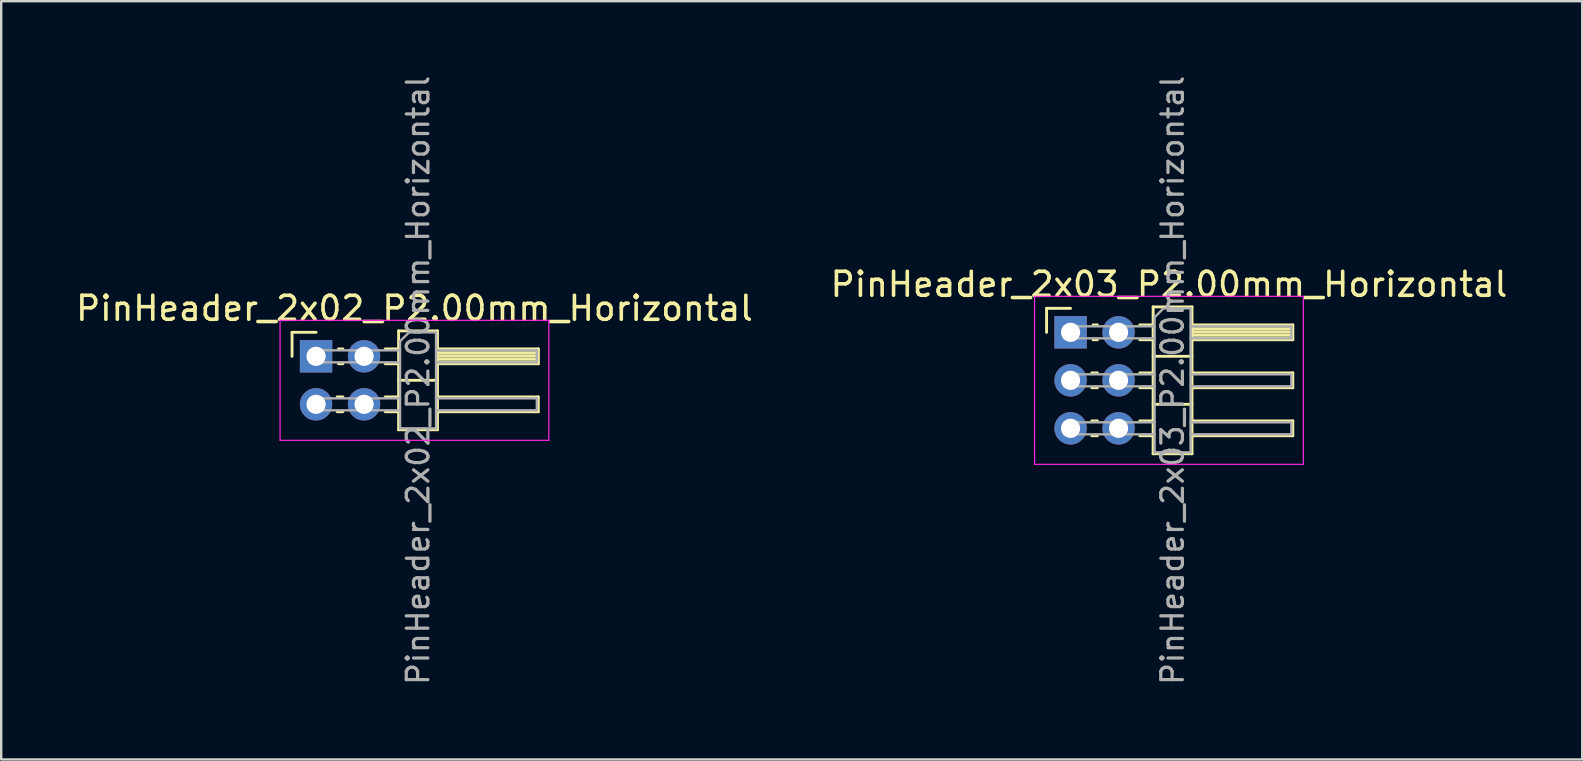
<source format=kicad_pcb>
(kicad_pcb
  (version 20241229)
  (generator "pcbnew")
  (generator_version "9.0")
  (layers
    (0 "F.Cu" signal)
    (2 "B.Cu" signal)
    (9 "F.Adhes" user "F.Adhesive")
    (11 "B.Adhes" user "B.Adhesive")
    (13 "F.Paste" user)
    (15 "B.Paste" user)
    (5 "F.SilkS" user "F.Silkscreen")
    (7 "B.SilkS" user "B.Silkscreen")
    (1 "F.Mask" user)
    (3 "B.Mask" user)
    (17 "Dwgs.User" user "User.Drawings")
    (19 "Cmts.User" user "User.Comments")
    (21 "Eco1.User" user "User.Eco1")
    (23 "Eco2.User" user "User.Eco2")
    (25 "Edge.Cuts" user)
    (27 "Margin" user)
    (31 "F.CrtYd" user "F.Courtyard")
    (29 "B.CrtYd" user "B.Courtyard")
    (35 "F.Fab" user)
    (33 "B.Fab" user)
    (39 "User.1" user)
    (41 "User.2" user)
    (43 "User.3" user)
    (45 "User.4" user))
  (footprint "PinHeader_2x03_P2.00mm_Horizontal"
    (layer "F.Cu")
    (at 41.561 10.798)
    (property "Reference" "PinHeader_2x03_P2.00mm_Horizontal" (at 4.1 -2 0) (layer "F.SilkS") (effects (font (size 1 1) (thickness 0.15))))
    (attr through_hole)
    (fp_line (start -1 -1) (end 0 -1) (stroke (width 0.12) (type solid)) (layer "F.SilkS"))
    (fp_line (start -1 0) (end -1 -1) (stroke (width 0.12) (type solid)) (layer "F.SilkS"))
    (fp_line (start 0.882 1.69) (end 1.118 1.69) (stroke (width 0.12) (type solid)) (layer "F.SilkS"))
    (fp_line (start 0.882 2.31) (end 1.118 2.31) (stroke (width 0.12) (type solid)) (layer "F.SilkS"))
    (fp_line (start 0.882 3.69) (end 1.118 3.69) (stroke (width 0.12) (type solid)) (layer "F.SilkS"))
    (fp_line (start 0.882 4.31) (end 1.118 4.31) (stroke (width 0.12) (type solid)) (layer "F.SilkS"))
    (fp_line (start 0.935 -0.31) (end 1.118 -0.31) (stroke (width 0.12) (type solid)) (layer "F.SilkS"))
    (fp_line (start 0.935 0.31) (end 1.118 0.31) (stroke (width 0.12) (type solid)) (layer "F.SilkS"))
    (fp_line (start 2.882 -0.31) (end 3.44 -0.31) (stroke (width 0.12) (type solid)) (layer "F.SilkS"))
    (fp_line (start 2.882 0.31) (end 3.44 0.31) (stroke (width 0.12) (type solid)) (layer "F.SilkS"))
    (fp_line (start 2.882 1.69) (end 3.44 1.69) (stroke (width 0.12) (type solid)) (layer "F.SilkS"))
    (fp_line (start 2.882 2.31) (end 3.44 2.31) (stroke (width 0.12) (type solid)) (layer "F.SilkS"))
    (fp_line (start 2.882 3.69) (end 3.44 3.69) (stroke (width 0.12) (type solid)) (layer "F.SilkS"))
    (fp_line (start 2.882 4.31) (end 3.44 4.31) (stroke (width 0.12) (type solid)) (layer "F.SilkS"))
    (fp_line (start 3.44 -1.06) (end 3.44 5.06) (stroke (width 0.12) (type solid)) (layer "F.SilkS"))
    (fp_line (start 3.44 1) (end 5.06 1) (stroke (width 0.12) (type solid)) (layer "F.SilkS"))
    (fp_line (start 3.44 3) (end 5.06 3) (stroke (width 0.12) (type solid)) (layer "F.SilkS"))
    (fp_line (start 3.44 5.06) (end 5.06 5.06) (stroke (width 0.12) (type solid)) (layer "F.SilkS"))
    (fp_line (start 5.06 -1.06) (end 3.44 -1.06) (stroke (width 0.12) (type solid)) (layer "F.SilkS"))
    (fp_line (start 5.06 -0.31) (end 9.26 -0.31) (stroke (width 0.12) (type solid)) (layer "F.SilkS"))
    (fp_line (start 5.06 -0.25) (end 9.26 -0.25) (stroke (width 0.12) (type solid)) (layer "F.SilkS"))
    (fp_line (start 5.06 -0.13) (end 9.26 -0.13) (stroke (width 0.12) (type solid)) (layer "F.SilkS"))
    (fp_line (start 5.06 -0.01) (end 9.26 -0.01) (stroke (width 0.12) (type solid)) (layer "F.SilkS"))
    (fp_line (start 5.06 0.11) (end 9.26 0.11) (stroke (width 0.12) (type solid)) (layer "F.SilkS"))
    (fp_line (start 5.06 0.23) (end 9.26 0.23) (stroke (width 0.12) (type solid)) (layer "F.SilkS"))
    (fp_line (start 5.06 1.69) (end 9.26 1.69) (stroke (width 0.12) (type solid)) (layer "F.SilkS"))
    (fp_line (start 5.06 3.69) (end 9.26 3.69) (stroke (width 0.12) (type solid)) (layer "F.SilkS"))
    (fp_line (start 5.06 5.06) (end 5.06 -1.06) (stroke (width 0.12) (type solid)) (layer "F.SilkS"))
    (fp_line (start 9.26 -0.31) (end 9.26 0.31) (stroke (width 0.12) (type solid)) (layer "F.SilkS"))
    (fp_line (start 9.26 0.31) (end 5.06 0.31) (stroke (width 0.12) (type solid)) (layer "F.SilkS"))
    (fp_line (start 9.26 1.69) (end 9.26 2.31) (stroke (width 0.12) (type solid)) (layer "F.SilkS"))
    (fp_line (start 9.26 2.31) (end 5.06 2.31) (stroke (width 0.12) (type solid)) (layer "F.SilkS"))
    (fp_line (start 9.26 3.69) (end 9.26 4.31) (stroke (width 0.12) (type solid)) (layer "F.SilkS"))
    (fp_line (start 9.26 4.31) (end 5.06 4.31) (stroke (width 0.12) (type solid)) (layer "F.SilkS"))
    (fp_line (start -1.5 -1.5) (end -1.5 5.5) (stroke (width 0.05) (type solid)) (layer "F.CrtYd"))
    (fp_line (start -1.5 5.5) (end 9.7 5.5) (stroke (width 0.05) (type solid)) (layer "F.CrtYd"))
    (fp_line (start 9.7 -1.5) (end -1.5 -1.5) (stroke (width 0.05) (type solid)) (layer "F.CrtYd"))
    (fp_line (start 9.7 5.5) (end 9.7 -1.5) (stroke (width 0.05) (type solid)) (layer "F.CrtYd"))
    (fp_line (start -0.25 -0.25) (end -0.25 0.25) (stroke (width 0.1) (type solid)) (layer "F.Fab"))
    (fp_line (start -0.25 -0.25) (end 3.5 -0.25) (stroke (width 0.1) (type solid)) (layer "F.Fab"))
    (fp_line (start -0.25 0.25) (end 3.5 0.25) (stroke (width 0.1) (type solid)) (layer "F.Fab"))
    (fp_line (start -0.25 1.75) (end -0.25 2.25) (stroke (width 0.1) (type solid)) (layer "F.Fab"))
    (fp_line (start -0.25 1.75) (end 3.5 1.75) (stroke (width 0.1) (type solid)) (layer "F.Fab"))
    (fp_line (start -0.25 2.25) (end 3.5 2.25) (stroke (width 0.1) (type solid)) (layer "F.Fab"))
    (fp_line (start -0.25 3.75) (end -0.25 4.25) (stroke (width 0.1) (type solid)) (layer "F.Fab"))
    (fp_line (start -0.25 3.75) (end 3.5 3.75) (stroke (width 0.1) (type solid)) (layer "F.Fab"))
    (fp_line (start -0.25 4.25) (end 3.5 4.25) (stroke (width 0.1) (type solid)) (layer "F.Fab"))
    (fp_line (start 3.5 -0.625) (end 3.875 -1) (stroke (width 0.1) (type solid)) (layer "F.Fab"))
    (fp_line (start 3.5 5) (end 3.5 -0.625) (stroke (width 0.1) (type solid)) (layer "F.Fab"))
    (fp_line (start 3.875 -1) (end 5 -1) (stroke (width 0.1) (type solid)) (layer "F.Fab"))
    (fp_line (start 5 -1) (end 5 5) (stroke (width 0.1) (type solid)) (layer "F.Fab"))
    (fp_line (start 5 -0.25) (end 9.2 -0.25) (stroke (width 0.1) (type solid)) (layer "F.Fab"))
    (fp_line (start 5 0.25) (end 9.2 0.25) (stroke (width 0.1) (type solid)) (layer "F.Fab"))
    (fp_line (start 5 1.75) (end 9.2 1.75) (stroke (width 0.1) (type solid)) (layer "F.Fab"))
    (fp_line (start 5 2.25) (end 9.2 2.25) (stroke (width 0.1) (type solid)) (layer "F.Fab"))
    (fp_line (start 5 3.75) (end 9.2 3.75) (stroke (width 0.1) (type solid)) (layer "F.Fab"))
    (fp_line (start 5 4.25) (end 9.2 4.25) (stroke (width 0.1) (type solid)) (layer "F.Fab"))
    (fp_line (start 5 5) (end 3.5 5) (stroke (width 0.1) (type solid)) (layer "F.Fab"))
    (fp_line (start 9.2 -0.25) (end 9.2 0.25) (stroke (width 0.1) (type solid)) (layer "F.Fab"))
    (fp_line (start 9.2 1.75) (end 9.2 2.25) (stroke (width 0.1) (type solid)) (layer "F.Fab"))
    (fp_line (start 9.2 3.75) (end 9.2 4.25) (stroke (width 0.1) (type solid)) (layer "F.Fab"))
    (fp_text user "${REFERENCE}" (at 4.25 2 90) (layer "F.Fab") (effects (font (size 0.9 0.9) (thickness 0.135))))
    (pad "1" thru_hole rect (at 0 0) (size 1.35 1.35) (drill 0.8) (layers "*.Cu" "*.Mask"))
    (pad "2" thru_hole oval (at 2 0) (size 1.35 1.35) (drill 0.8) (layers "*.Cu" "*.Mask"))
    (pad "3" thru_hole oval (at 0 2) (size 1.35 1.35) (drill 0.8) (layers "*.Cu" "*.Mask"))
    (pad "4" thru_hole oval (at 2 2) (size 1.35 1.35) (drill 0.8) (layers "*.Cu" "*.Mask"))
    (pad "5" thru_hole oval (at 0 4) (size 1.35 1.35) (drill 0.8) (layers "*.Cu" "*.Mask"))
    (pad "6" thru_hole oval (at 2 4) (size 1.35 1.35) (drill 0.8) (layers "*.Cu" "*.Mask")))
  (footprint "PinHeader_2x02_P2.00mm_Horizontal"
    (layer "F.Cu")
    (at 10.12 11.798)
    (property "Reference" "PinHeader_2x02_P2.00mm_Horizontal" (at 4.1 -2 0) (layer "F.SilkS") (effects (font (size 1 1) (thickness 0.15))))
    (attr through_hole)
    (fp_line (start -1 -1) (end 0 -1) (stroke (width 0.12) (type solid)) (layer "F.SilkS"))
    (fp_line (start -1 0) (end -1 -1) (stroke (width 0.12) (type solid)) (layer "F.SilkS"))
    (fp_line (start 0.882 1.69) (end 1.118 1.69) (stroke (width 0.12) (type solid)) (layer "F.SilkS"))
    (fp_line (start 0.882 2.31) (end 1.118 2.31) (stroke (width 0.12) (type solid)) (layer "F.SilkS"))
    (fp_line (start 0.935 -0.31) (end 1.118 -0.31) (stroke (width 0.12) (type solid)) (layer "F.SilkS"))
    (fp_line (start 0.935 0.31) (end 1.118 0.31) (stroke (width 0.12) (type solid)) (layer "F.SilkS"))
    (fp_line (start 2.882 -0.31) (end 3.44 -0.31) (stroke (width 0.12) (type solid)) (layer "F.SilkS"))
    (fp_line (start 2.882 0.31) (end 3.44 0.31) (stroke (width 0.12) (type solid)) (layer "F.SilkS"))
    (fp_line (start 2.882 1.69) (end 3.44 1.69) (stroke (width 0.12) (type solid)) (layer "F.SilkS"))
    (fp_line (start 2.882 2.31) (end 3.44 2.31) (stroke (width 0.12) (type solid)) (layer "F.SilkS"))
    (fp_line (start 3.44 -1.06) (end 3.44 3.06) (stroke (width 0.12) (type solid)) (layer "F.SilkS"))
    (fp_line (start 3.44 1) (end 5.06 1) (stroke (width 0.12) (type solid)) (layer "F.SilkS"))
    (fp_line (start 3.44 3.06) (end 5.06 3.06) (stroke (width 0.12) (type solid)) (layer "F.SilkS"))
    (fp_line (start 5.06 -1.06) (end 3.44 -1.06) (stroke (width 0.12) (type solid)) (layer "F.SilkS"))
    (fp_line (start 5.06 -0.31) (end 9.26 -0.31) (stroke (width 0.12) (type solid)) (layer "F.SilkS"))
    (fp_line (start 5.06 -0.25) (end 9.26 -0.25) (stroke (width 0.12) (type solid)) (layer "F.SilkS"))
    (fp_line (start 5.06 -0.13) (end 9.26 -0.13) (stroke (width 0.12) (type solid)) (layer "F.SilkS"))
    (fp_line (start 5.06 -0.01) (end 9.26 -0.01) (stroke (width 0.12) (type solid)) (layer "F.SilkS"))
    (fp_line (start 5.06 0.11) (end 9.26 0.11) (stroke (width 0.12) (type solid)) (layer "F.SilkS"))
    (fp_line (start 5.06 0.23) (end 9.26 0.23) (stroke (width 0.12) (type solid)) (layer "F.SilkS"))
    (fp_line (start 5.06 1.69) (end 9.26 1.69) (stroke (width 0.12) (type solid)) (layer "F.SilkS"))
    (fp_line (start 5.06 3.06) (end 5.06 -1.06) (stroke (width 0.12) (type solid)) (layer "F.SilkS"))
    (fp_line (start 9.26 -0.31) (end 9.26 0.31) (stroke (width 0.12) (type solid)) (layer "F.SilkS"))
    (fp_line (start 9.26 0.31) (end 5.06 0.31) (stroke (width 0.12) (type solid)) (layer "F.SilkS"))
    (fp_line (start 9.26 1.69) (end 9.26 2.31) (stroke (width 0.12) (type solid)) (layer "F.SilkS"))
    (fp_line (start 9.26 2.31) (end 5.06 2.31) (stroke (width 0.12) (type solid)) (layer "F.SilkS"))
    (fp_line (start -1.5 -1.5) (end -1.5 3.5) (stroke (width 0.05) (type solid)) (layer "F.CrtYd"))
    (fp_line (start -1.5 3.5) (end 9.7 3.5) (stroke (width 0.05) (type solid)) (layer "F.CrtYd"))
    (fp_line (start 9.7 -1.5) (end -1.5 -1.5) (stroke (width 0.05) (type solid)) (layer "F.CrtYd"))
    (fp_line (start 9.7 3.5) (end 9.7 -1.5) (stroke (width 0.05) (type solid)) (layer "F.CrtYd"))
    (fp_line (start -0.25 -0.25) (end -0.25 0.25) (stroke (width 0.1) (type solid)) (layer "F.Fab"))
    (fp_line (start -0.25 -0.25) (end 3.5 -0.25) (stroke (width 0.1) (type solid)) (layer "F.Fab"))
    (fp_line (start -0.25 0.25) (end 3.5 0.25) (stroke (width 0.1) (type solid)) (layer "F.Fab"))
    (fp_line (start -0.25 1.75) (end -0.25 2.25) (stroke (width 0.1) (type solid)) (layer "F.Fab"))
    (fp_line (start -0.25 1.75) (end 3.5 1.75) (stroke (width 0.1) (type solid)) (layer "F.Fab"))
    (fp_line (start -0.25 2.25) (end 3.5 2.25) (stroke (width 0.1) (type solid)) (layer "F.Fab"))
    (fp_line (start 3.5 -0.625) (end 3.875 -1) (stroke (width 0.1) (type solid)) (layer "F.Fab"))
    (fp_line (start 3.5 3) (end 3.5 -0.625) (stroke (width 0.1) (type solid)) (layer "F.Fab"))
    (fp_line (start 3.875 -1) (end 5 -1) (stroke (width 0.1) (type solid)) (layer "F.Fab"))
    (fp_line (start 5 -1) (end 5 3) (stroke (width 0.1) (type solid)) (layer "F.Fab"))
    (fp_line (start 5 -0.25) (end 9.2 -0.25) (stroke (width 0.1) (type solid)) (layer "F.Fab"))
    (fp_line (start 5 0.25) (end 9.2 0.25) (stroke (width 0.1) (type solid)) (layer "F.Fab"))
    (fp_line (start 5 1.75) (end 9.2 1.75) (stroke (width 0.1) (type solid)) (layer "F.Fab"))
    (fp_line (start 5 2.25) (end 9.2 2.25) (stroke (width 0.1) (type solid)) (layer "F.Fab"))
    (fp_line (start 5 3) (end 3.5 3) (stroke (width 0.1) (type solid)) (layer "F.Fab"))
    (fp_line (start 9.2 -0.25) (end 9.2 0.25) (stroke (width 0.1) (type solid)) (layer "F.Fab"))
    (fp_line (start 9.2 1.75) (end 9.2 2.25) (stroke (width 0.1) (type solid)) (layer "F.Fab"))
    (fp_text user "${REFERENCE}" (at 4.25 1 90) (layer "F.Fab") (effects (font (size 0.9 0.9) (thickness 0.135))))
    (pad "1" thru_hole rect (at 0 0) (size 1.35 1.35) (drill 0.8) (layers "*.Cu" "*.Mask"))
    (pad "2" thru_hole oval (at 2 0) (size 1.35 1.35) (drill 0.8) (layers "*.Cu" "*.Mask"))
    (pad "3" thru_hole oval (at 0 2) (size 1.35 1.35) (drill 0.8) (layers "*.Cu" "*.Mask"))
    (pad "4" thru_hole oval (at 2 2) (size 1.35 1.35) (drill 0.8) (layers "*.Cu" "*.Mask")))
  (gr_rect
    (start -3 -3)
    (end 62.881 28.596)
    (stroke (width 0.1) (type default))
    (fill no)
    (layer "Edge.Cuts")))
</source>
